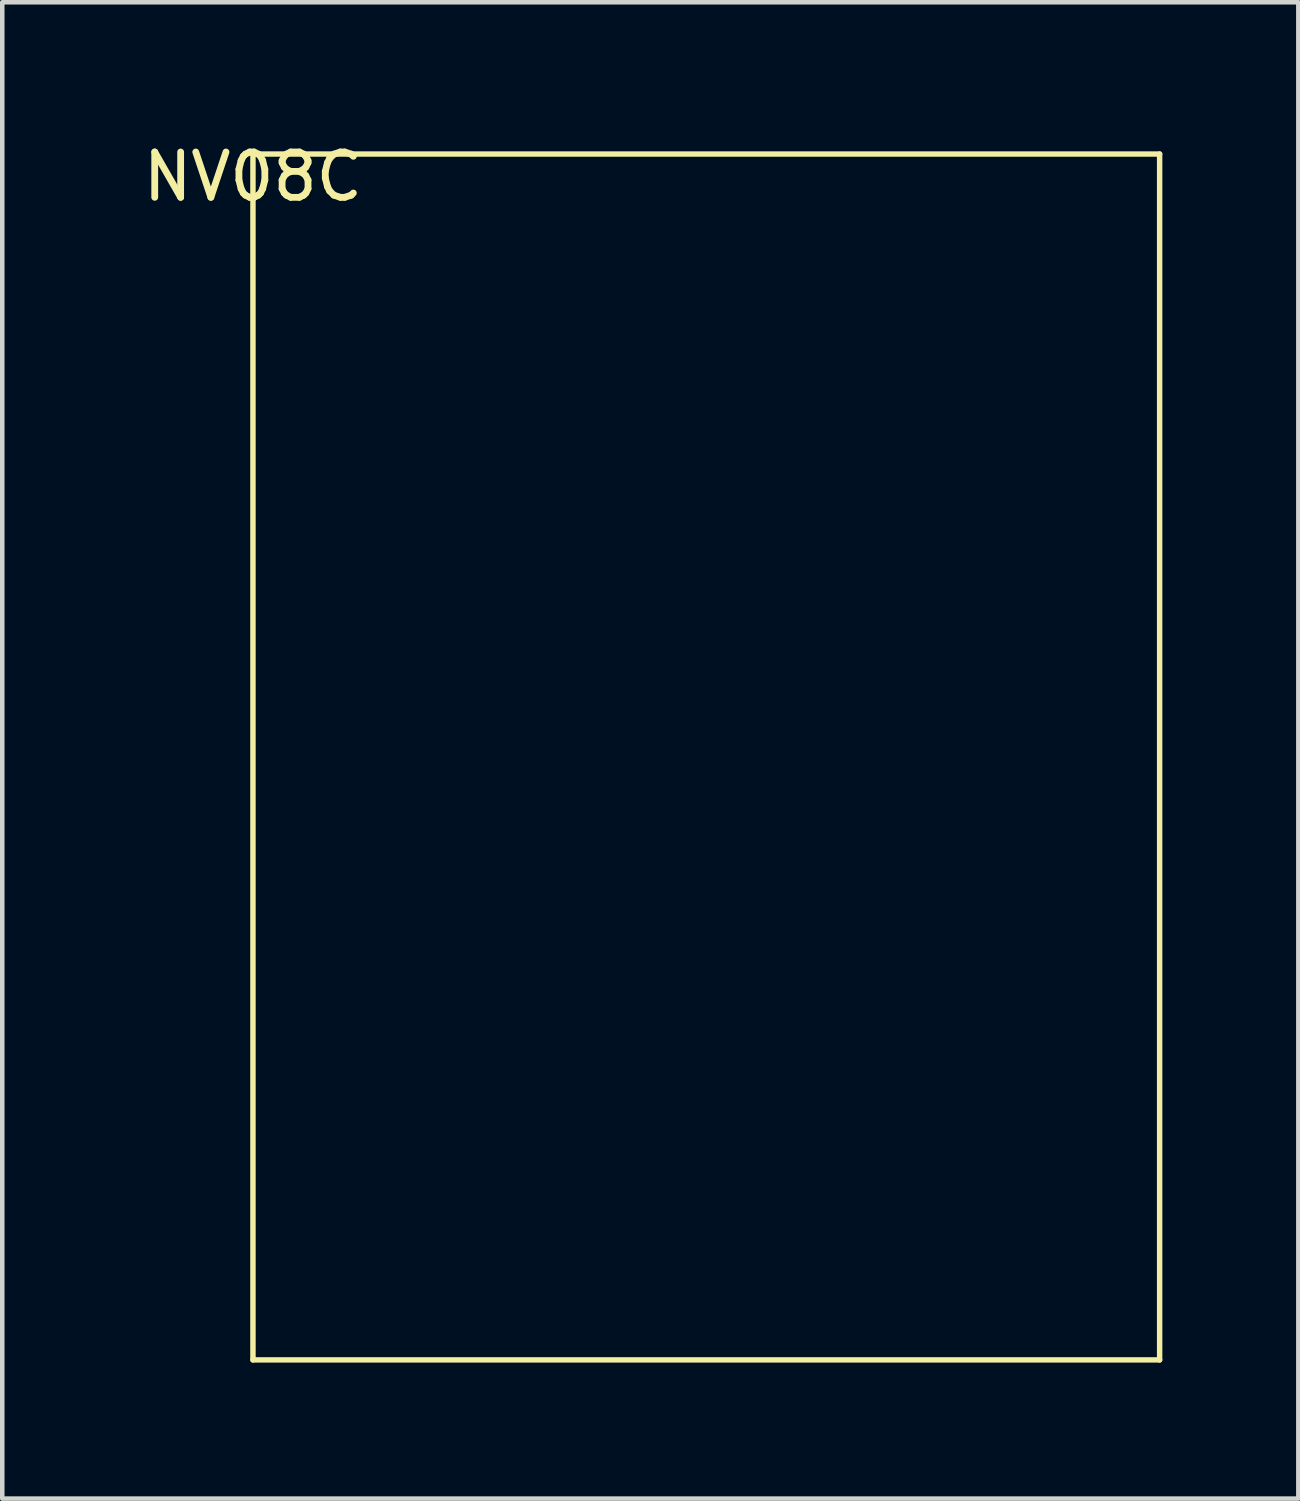
<source format=kicad_pcb>
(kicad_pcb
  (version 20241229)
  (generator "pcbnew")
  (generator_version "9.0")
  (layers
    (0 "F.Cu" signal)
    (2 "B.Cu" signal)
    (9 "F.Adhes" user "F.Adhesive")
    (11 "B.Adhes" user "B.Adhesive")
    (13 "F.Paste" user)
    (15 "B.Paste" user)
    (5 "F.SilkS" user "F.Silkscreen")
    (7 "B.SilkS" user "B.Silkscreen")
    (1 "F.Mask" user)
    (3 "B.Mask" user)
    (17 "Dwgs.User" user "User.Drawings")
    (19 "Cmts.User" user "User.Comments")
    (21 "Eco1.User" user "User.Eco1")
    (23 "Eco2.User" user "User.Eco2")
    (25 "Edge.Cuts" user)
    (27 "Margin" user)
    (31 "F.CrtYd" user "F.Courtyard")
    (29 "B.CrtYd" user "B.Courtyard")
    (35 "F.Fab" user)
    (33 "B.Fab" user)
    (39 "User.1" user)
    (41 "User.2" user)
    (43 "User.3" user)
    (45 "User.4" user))
  (footprint "NV08C"
    (layer "F.Cu")
    (at 2.53 0.348)
    (property "Reference" "NV08C" (at 0 0.5 0) (layer "F.SilkS") (effects (font (size 1 1) (thickness 0.15))))
    (attr through_hole)
    (fp_line (start 0 0) (end 20 0) (stroke (width 0.12) (type solid)) (layer "F.SilkS"))
    (fp_line (start 0 26.6) (end 0 0) (stroke (width 0.12) (type solid)) (layer "F.SilkS"))
    (fp_line (start 20 0) (end 20 26.6) (stroke (width 0.12) (type solid)) (layer "F.SilkS"))
    (fp_line (start 20 26.6) (end 0 26.6) (stroke (width 0.12) (type solid)) (layer "F.SilkS")))
  (gr_rect
    (start -3 -3)
    (end 25.59 30.008)
    (stroke (width 0.1) (type default))
    (fill no)
    (layer "Edge.Cuts")))
</source>
